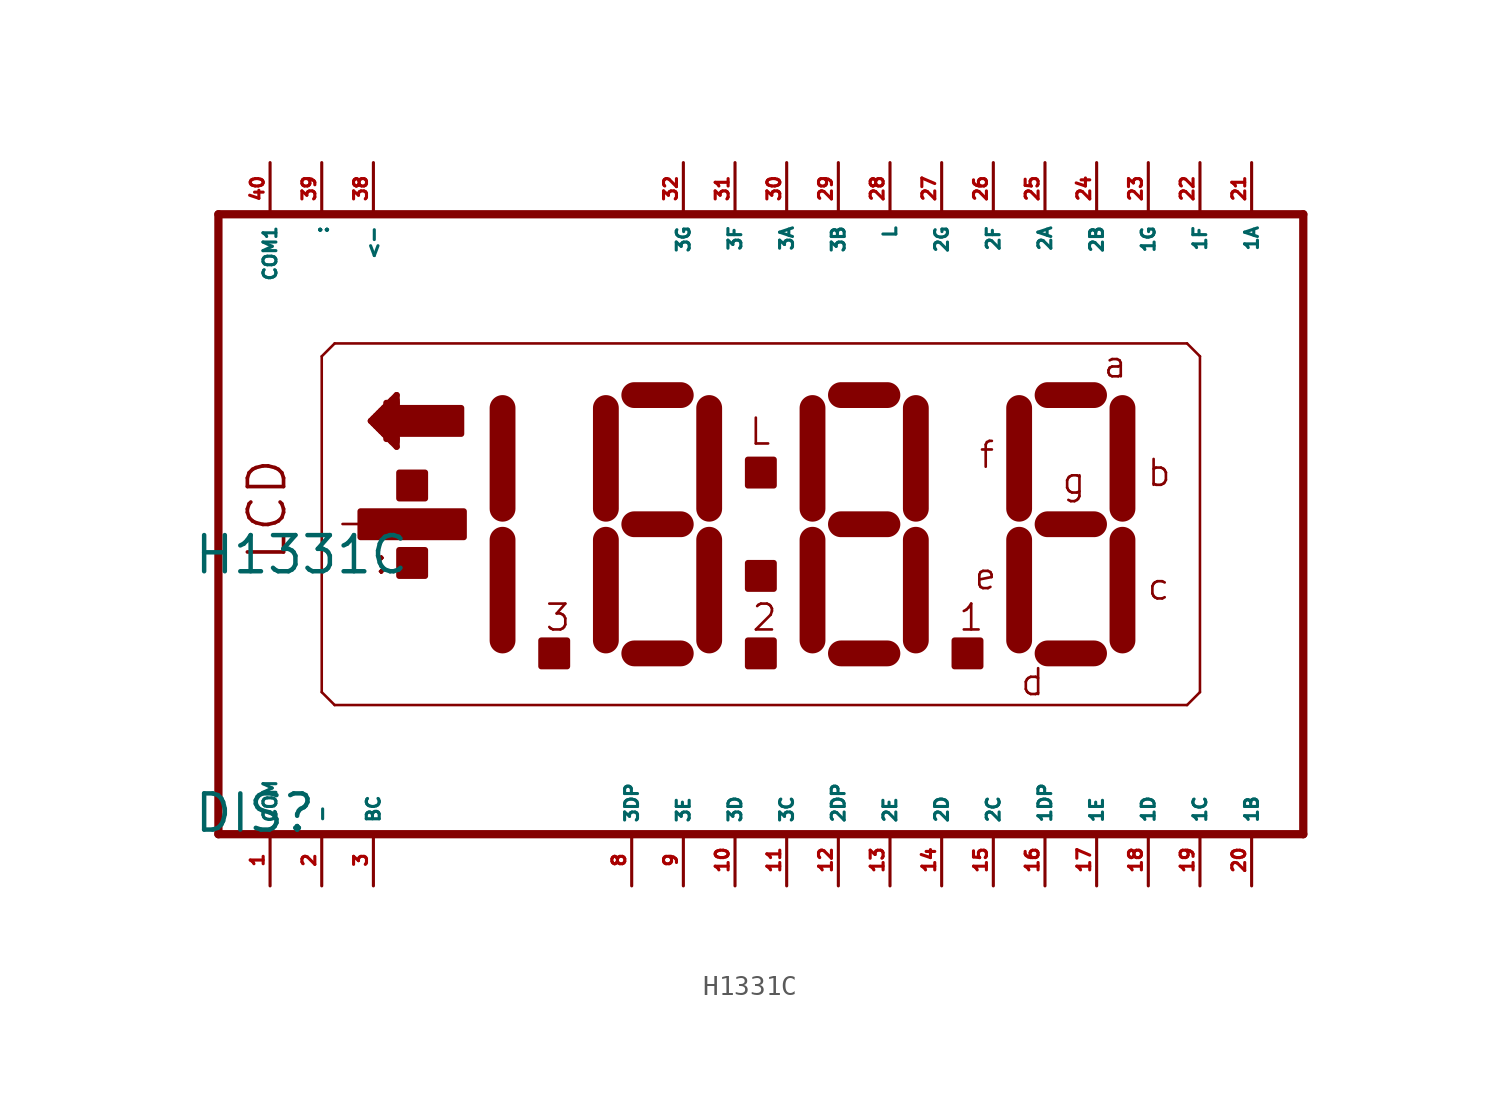
<source format=kicad_sym>
(kicad_symbol_lib
  (version 20220914)
  (generator Eagle2Kicad)
  (symbol "H1331C"
    (property "Reference" "DIS"
      (at -26.67 -15.24 0)
      (effects (font (size 1.778 1.778) (thickness 0.22)) (justify left bottom)))
    (property "Value" "H1331C"
      (at -26.67 -2.54 0)
      (effects (font (size 1.778 1.778) (thickness 0.22)) (justify left bottom)))
    (polyline
      (pts (xy -25.4 -15.24) (xy 27.94 -15.24))
      (stroke (width 0.406) (type default))
      (fill (type none)))
    (polyline
      (pts (xy 27.94 15.24) (xy -25.4 15.24))
      (stroke (width 0.406) (type default))
      (fill (type none)))
    (polyline
      (pts (xy -25.4 15.24) (xy -25.4 -15.24))
      (stroke (width 0.406) (type default))
      (fill (type none)))
    (polyline
      (pts (xy 27.94 -15.24) (xy 27.94 15.24))
      (stroke (width 0.406) (type default))
      (fill (type none)))
    (polyline
      (pts (xy -19.685 8.89) (xy -20.32 8.255))
      (stroke (width 0.127) (type default))
      (fill (type none)))
    (polyline
      (pts (xy -20.32 8.255) (xy -20.32 -8.255))
      (stroke (width 0.127) (type default))
      (fill (type none)))
    (polyline
      (pts (xy -20.32 -8.255) (xy -19.685 -8.89))
      (stroke (width 0.127) (type default))
      (fill (type none)))
    (polyline
      (pts (xy -19.685 -8.89) (xy 22.225 -8.89))
      (stroke (width 0.127) (type default))
      (fill (type none)))
    (polyline
      (pts (xy 22.225 -8.89) (xy 22.86 -8.255))
      (stroke (width 0.127) (type default))
      (fill (type none)))
    (polyline
      (pts (xy 22.86 -8.255) (xy 22.86 8.255))
      (stroke (width 0.127) (type default))
      (fill (type none)))
    (polyline
      (pts (xy 22.86 8.255) (xy 22.225 8.89))
      (stroke (width 0.127) (type default))
      (fill (type none)))
    (polyline
      (pts (xy 22.225 8.89) (xy -19.685 8.89))
      (stroke (width 0.127) (type default))
      (fill (type none)))
    (polyline
      (pts (xy -11.43 -5.715) (xy -11.43 -0.762))
      (stroke (width 1.27) (type default))
      (fill (type none)))
    (polyline
      (pts (xy -11.43 0.762) (xy -11.43 5.715))
      (stroke (width 1.27) (type default))
      (fill (type none)))
    (polyline
      (pts (xy 13.97 5.715) (xy 13.97 0.762))
      (stroke (width 1.27) (type default))
      (fill (type none)))
    (polyline
      (pts (xy 13.97 -0.762) (xy 13.97 -5.715))
      (stroke (width 1.27) (type default))
      (fill (type none)))
    (polyline
      (pts (xy 15.367 -6.35) (xy 17.653 -6.35))
      (stroke (width 1.27) (type default))
      (fill (type none)))
    (polyline
      (pts (xy 19.05 -5.715) (xy 19.05 -0.762))
      (stroke (width 1.27) (type default))
      (fill (type none)))
    (polyline
      (pts (xy 19.05 0.762) (xy 19.05 5.715))
      (stroke (width 1.27) (type default))
      (fill (type none)))
    (polyline
      (pts (xy 15.367 6.35) (xy 17.653 6.35))
      (stroke (width 1.27) (type default))
      (fill (type none)))
    (polyline
      (pts (xy 15.367 0) (xy 17.653 0))
      (stroke (width 1.27) (type default))
      (fill (type none)))
    (polyline
      (pts (xy -6.35 5.715) (xy -6.35 0.762))
      (stroke (width 1.27) (type default))
      (fill (type none)))
    (polyline
      (pts (xy -6.35 -0.762) (xy -6.35 -5.715))
      (stroke (width 1.27) (type default))
      (fill (type none)))
    (polyline
      (pts (xy -4.953 -6.35) (xy -2.667 -6.35))
      (stroke (width 1.27) (type default))
      (fill (type none)))
    (polyline
      (pts (xy -1.27 -5.715) (xy -1.27 -0.762))
      (stroke (width 1.27) (type default))
      (fill (type none)))
    (polyline
      (pts (xy -1.27 0.762) (xy -1.27 5.715))
      (stroke (width 1.27) (type default))
      (fill (type none)))
    (polyline
      (pts (xy -4.953 6.35) (xy -2.667 6.35))
      (stroke (width 1.27) (type default))
      (fill (type none)))
    (polyline
      (pts (xy -4.953 0) (xy -2.667 0))
      (stroke (width 1.27) (type default))
      (fill (type none)))
    (polyline
      (pts (xy 3.81 5.715) (xy 3.81 0.762))
      (stroke (width 1.27) (type default))
      (fill (type none)))
    (polyline
      (pts (xy 3.81 -0.762) (xy 3.81 -5.715))
      (stroke (width 1.27) (type default))
      (fill (type none)))
    (polyline
      (pts (xy 5.207 -6.35) (xy 7.493 -6.35))
      (stroke (width 1.27) (type default))
      (fill (type none)))
    (polyline
      (pts (xy 8.89 -5.715) (xy 8.89 -0.762))
      (stroke (width 1.27) (type default))
      (fill (type none)))
    (polyline
      (pts (xy 8.89 0.762) (xy 8.89 5.715))
      (stroke (width 1.27) (type default))
      (fill (type none)))
    (polyline
      (pts (xy 5.207 6.35) (xy 7.493 6.35))
      (stroke (width 1.27) (type default))
      (fill (type none)))
    (polyline
      (pts (xy 5.207 0) (xy 7.493 0))
      (stroke (width 1.27) (type default))
      (fill (type none)))
    (polyline
      (pts (xy -17.907 5.08) (xy -16.637 6.35))
      (stroke (width 0.305) (type default))
      (fill (type none)))
    (polyline
      (pts (xy -16.637 6.35) (xy -16.637 3.81))
      (stroke (width 0.305) (type default))
      (fill (type none)))
    (polyline
      (pts (xy -16.637 3.81) (xy -17.907 5.08))
      (stroke (width 0.305) (type default))
      (fill (type none)))
    (text "LCD"
      (at -21.971 -1.905 900)
      (effects (font (size 1.778 1.778) (thickness 0.18)) (justify left bottom)))
    (text "L"
      (at 0.635 3.81 0)
      (effects (font (size 1.27 1.27) (thickness 0.13)) (justify left bottom)))
    (text "a"
      (at 18.034 7.112 0)
      (effects (font (size 1.27 1.27) (thickness 0.13)) (justify left bottom)))
    (text "b"
      (at 20.193 1.778 0)
      (effects (font (size 1.27 1.27) (thickness 0.13)) (justify left bottom)))
    (text "c"
      (at 20.193 -3.81 0)
      (effects (font (size 1.27 1.27) (thickness 0.13)) (justify left bottom)))
    (text "d"
      (at 13.97 -8.509 0)
      (effects (font (size 1.27 1.27) (thickness 0.13)) (justify left bottom)))
    (text "e"
      (at 11.684 -3.302 0)
      (effects (font (size 1.27 1.27) (thickness 0.13)) (justify left bottom)))
    (text "f"
      (at 11.938 2.667 0)
      (effects (font (size 1.27 1.27) (thickness 0.13)) (justify left bottom)))
    (text "g"
      (at 16.002 1.397 0)
      (effects (font (size 1.27 1.27) (thickness 0.13)) (justify left bottom)))
    (text ":"
      (at -17.78 -2.54 0)
      (effects (font (size 1.27 1.27) (thickness 0.13)) (justify left bottom)))
    (text "-"
      (at -19.685 -0.635 0)
      (effects (font (size 1.27 1.27) (thickness 0.13)) (justify left bottom)))
    (text "1"
      (at 10.922 -5.334 0)
      (effects (font (size 1.27 1.27) (thickness 0.13)) (justify left bottom)))
    (text "2"
      (at 0.762 -5.334 0)
      (effects (font (size 1.27 1.27) (thickness 0.13)) (justify left bottom)))
    (text "3"
      (at -9.398 -5.334 0)
      (effects (font (size 1.27 1.27) (thickness 0.13)) (justify left bottom)))
    (rectangle
      (start -18.415 -0.635)
      (end -13.335 0.635)
      (stroke (width 0.3) (type default))
      (fill (type outline)))
    (rectangle
      (start -16.51 1.27)
      (end -15.24 2.54)
      (stroke (width 0.3) (type default))
      (fill (type outline)))
    (rectangle
      (start -16.51 -2.54)
      (end -15.24 -1.27)
      (stroke (width 0.3) (type default))
      (fill (type outline)))
    (rectangle
      (start -9.525 -6.985)
      (end -8.255 -5.715)
      (stroke (width 0.3) (type default))
      (fill (type outline)))
    (rectangle
      (start 0.635 -6.985)
      (end 1.905 -5.715)
      (stroke (width 0.3) (type default))
      (fill (type outline)))
    (rectangle
      (start 0.635 -3.175)
      (end 1.905 -1.905)
      (stroke (width 0.3) (type default))
      (fill (type outline)))
    (rectangle
      (start 0.635 1.905)
      (end 1.905 3.175)
      (stroke (width 0.3) (type default))
      (fill (type outline)))
    (rectangle
      (start 10.795 -6.985)
      (end 12.065 -5.715)
      (stroke (width 0.3) (type default))
      (fill (type outline)))
    (rectangle
      (start -17.78 4.953)
      (end -17.272 5.207)
      (stroke (width 0.3) (type default))
      (fill (type outline)))
    (rectangle
      (start -17.653 5.207)
      (end -17.272 5.334)
      (stroke (width 0.3) (type default))
      (fill (type outline)))
    (rectangle
      (start -17.526 5.334)
      (end -17.272 5.461)
      (stroke (width 0.3) (type default))
      (fill (type outline)))
    (rectangle
      (start -17.399 5.461)
      (end -17.272 5.588)
      (stroke (width 0.3) (type default))
      (fill (type outline)))
    (rectangle
      (start -17.653 4.826)
      (end -17.272 4.953)
      (stroke (width 0.3) (type default))
      (fill (type outline)))
    (rectangle
      (start -17.526 4.699)
      (end -17.272 4.826)
      (stroke (width 0.3) (type default))
      (fill (type outline)))
    (rectangle
      (start -17.399 4.572)
      (end -17.272 4.699)
      (stroke (width 0.3) (type default))
      (fill (type outline)))
    (rectangle
      (start -17.145 5.715)
      (end -16.637 5.969)
      (stroke (width 0.3) (type default))
      (fill (type outline)))
    (rectangle
      (start -16.891 5.969)
      (end -16.637 6.096)
      (stroke (width 0.3) (type default))
      (fill (type outline)))
    (rectangle
      (start -17.145 4.191)
      (end -16.637 4.445)
      (stroke (width 0.3) (type default))
      (fill (type outline)))
    (rectangle
      (start -16.891 4.064)
      (end -16.637 4.191)
      (stroke (width 0.3) (type default))
      (fill (type outline)))
    (rectangle
      (start -17.272 4.445)
      (end -13.462 5.715)
      (stroke (width 0.3) (type default))
      (fill (type outline)))
    (pin passive line
      (at -22.86 -17.78 90)
      (length 2.54)
      (name "COM" (effects (font (size 0.635 0.635) (thickness 0.08)) (justify left bottom)))
      (number "1" (effects (font (size 0.635 0.635) (thickness 0.08)) (justify left bottom))))
    (pin passive line
      (at -20.32 -17.78 90)
      (length 2.54)
      (name "-" (effects (font (size 0.635 0.635) (thickness 0.08)) (justify left bottom)))
      (number "2" (effects (font (size 0.635 0.635) (thickness 0.08)) (justify left bottom))))
    (pin passive line
      (at -17.78 -17.78 90)
      (length 2.54)
      (name "BC" (effects (font (size 0.635 0.635) (thickness 0.08)) (justify left bottom)))
      (number "3" (effects (font (size 0.635 0.635) (thickness 0.08)) (justify left bottom))))
    (pin passive line
      (at -5.08 -17.78 90)
      (length 2.54)
      (name "3DP" (effects (font (size 0.635 0.635) (thickness 0.08)) (justify left bottom)))
      (number "8" (effects (font (size 0.635 0.635) (thickness 0.08)) (justify left bottom))))
    (pin passive line
      (at -2.54 -17.78 90)
      (length 2.54)
      (name "3E" (effects (font (size 0.635 0.635) (thickness 0.08)) (justify left bottom)))
      (number "9" (effects (font (size 0.635 0.635) (thickness 0.08)) (justify left bottom))))
    (pin passive line
      (at 0 -17.78 90)
      (length 2.54)
      (name "3D" (effects (font (size 0.635 0.635) (thickness 0.08)) (justify left bottom)))
      (number "10" (effects (font (size 0.635 0.635) (thickness 0.08)) (justify left bottom))))
    (pin passive line
      (at 2.54 -17.78 90)
      (length 2.54)
      (name "3C" (effects (font (size 0.635 0.635) (thickness 0.08)) (justify left bottom)))
      (number "11" (effects (font (size 0.635 0.635) (thickness 0.08)) (justify left bottom))))
    (pin passive line
      (at 5.08 -17.78 90)
      (length 2.54)
      (name "2DP" (effects (font (size 0.635 0.635) (thickness 0.08)) (justify left bottom)))
      (number "12" (effects (font (size 0.635 0.635) (thickness 0.08)) (justify left bottom))))
    (pin passive line
      (at 7.62 -17.78 90)
      (length 2.54)
      (name "2E" (effects (font (size 0.635 0.635) (thickness 0.08)) (justify left bottom)))
      (number "13" (effects (font (size 0.635 0.635) (thickness 0.08)) (justify left bottom))))
    (pin passive line
      (at 10.16 -17.78 90)
      (length 2.54)
      (name "2D" (effects (font (size 0.635 0.635) (thickness 0.08)) (justify left bottom)))
      (number "14" (effects (font (size 0.635 0.635) (thickness 0.08)) (justify left bottom))))
    (pin passive line
      (at 12.7 -17.78 90)
      (length 2.54)
      (name "2C" (effects (font (size 0.635 0.635) (thickness 0.08)) (justify left bottom)))
      (number "15" (effects (font (size 0.635 0.635) (thickness 0.08)) (justify left bottom))))
    (pin passive line
      (at 15.24 -17.78 90)
      (length 2.54)
      (name "1DP" (effects (font (size 0.635 0.635) (thickness 0.08)) (justify left bottom)))
      (number "16" (effects (font (size 0.635 0.635) (thickness 0.08)) (justify left bottom))))
    (pin passive line
      (at 17.78 -17.78 90)
      (length 2.54)
      (name "1E" (effects (font (size 0.635 0.635) (thickness 0.08)) (justify left bottom)))
      (number "17" (effects (font (size 0.635 0.635) (thickness 0.08)) (justify left bottom))))
    (pin passive line
      (at 20.32 -17.78 90)
      (length 2.54)
      (name "1D" (effects (font (size 0.635 0.635) (thickness 0.08)) (justify left bottom)))
      (number "18" (effects (font (size 0.635 0.635) (thickness 0.08)) (justify left bottom))))
    (pin passive line
      (at 22.86 -17.78 90)
      (length 2.54)
      (name "1C" (effects (font (size 0.635 0.635) (thickness 0.08)) (justify left bottom)))
      (number "19" (effects (font (size 0.635 0.635) (thickness 0.08)) (justify left bottom))))
    (pin passive line
      (at 25.4 -17.78 90)
      (length 2.54)
      (name "1B" (effects (font (size 0.635 0.635) (thickness 0.08)) (justify left bottom)))
      (number "20" (effects (font (size 0.635 0.635) (thickness 0.08)) (justify left bottom))))
    (pin passive line
      (at 25.4 17.78 270)
      (length 2.54)
      (name "1A" (effects (font (size 0.635 0.635) (thickness 0.08)) (justify left bottom)))
      (number "21" (effects (font (size 0.635 0.635) (thickness 0.08)) (justify left bottom))))
    (pin passive line
      (at 22.86 17.78 270)
      (length 2.54)
      (name "1F" (effects (font (size 0.635 0.635) (thickness 0.08)) (justify left bottom)))
      (number "22" (effects (font (size 0.635 0.635) (thickness 0.08)) (justify left bottom))))
    (pin passive line
      (at 20.32 17.78 270)
      (length 2.54)
      (name "1G" (effects (font (size 0.635 0.635) (thickness 0.08)) (justify left bottom)))
      (number "23" (effects (font (size 0.635 0.635) (thickness 0.08)) (justify left bottom))))
    (pin passive line
      (at 17.78 17.78 270)
      (length 2.54)
      (name "2B" (effects (font (size 0.635 0.635) (thickness 0.08)) (justify left bottom)))
      (number "24" (effects (font (size 0.635 0.635) (thickness 0.08)) (justify left bottom))))
    (pin passive line
      (at 15.24 17.78 270)
      (length 2.54)
      (name "2A" (effects (font (size 0.635 0.635) (thickness 0.08)) (justify left bottom)))
      (number "25" (effects (font (size 0.635 0.635) (thickness 0.08)) (justify left bottom))))
    (pin passive line
      (at 12.7 17.78 270)
      (length 2.54)
      (name "2F" (effects (font (size 0.635 0.635) (thickness 0.08)) (justify left bottom)))
      (number "26" (effects (font (size 0.635 0.635) (thickness 0.08)) (justify left bottom))))
    (pin passive line
      (at 10.16 17.78 270)
      (length 2.54)
      (name "2G" (effects (font (size 0.635 0.635) (thickness 0.08)) (justify left bottom)))
      (number "27" (effects (font (size 0.635 0.635) (thickness 0.08)) (justify left bottom))))
    (pin passive line
      (at 7.62 17.78 270)
      (length 2.54)
      (name "L" (effects (font (size 0.635 0.635) (thickness 0.08)) (justify left bottom)))
      (number "28" (effects (font (size 0.635 0.635) (thickness 0.08)) (justify left bottom))))
    (pin passive line
      (at 5.08 17.78 270)
      (length 2.54)
      (name "3B" (effects (font (size 0.635 0.635) (thickness 0.08)) (justify left bottom)))
      (number "29" (effects (font (size 0.635 0.635) (thickness 0.08)) (justify left bottom))))
    (pin passive line
      (at 2.54 17.78 270)
      (length 2.54)
      (name "3A" (effects (font (size 0.635 0.635) (thickness 0.08)) (justify left bottom)))
      (number "30" (effects (font (size 0.635 0.635) (thickness 0.08)) (justify left bottom))))
    (pin passive line
      (at 0 17.78 270)
      (length 2.54)
      (name "3F" (effects (font (size 0.635 0.635) (thickness 0.08)) (justify left bottom)))
      (number "31" (effects (font (size 0.635 0.635) (thickness 0.08)) (justify left bottom))))
    (pin passive line
      (at -2.54 17.78 270)
      (length 2.54)
      (name "3G" (effects (font (size 0.635 0.635) (thickness 0.08)) (justify left bottom)))
      (number "32" (effects (font (size 0.635 0.635) (thickness 0.08)) (justify left bottom))))
    (pin passive line
      (at -17.78 17.78 270)
      (length 2.54)
      (name "<-" (effects (font (size 0.635 0.635) (thickness 0.08)) (justify left bottom)))
      (number "38" (effects (font (size 0.635 0.635) (thickness 0.08)) (justify left bottom))))
    (pin passive line
      (at -20.32 17.78 270)
      (length 2.54)
      (name ":" (effects (font (size 0.635 0.635) (thickness 0.08)) (justify left bottom)))
      (number "39" (effects (font (size 0.635 0.635) (thickness 0.08)) (justify left bottom))))
    (pin passive line
      (at -22.86 17.78 270)
      (length 2.54)
      (name "COM1" (effects (font (size 0.635 0.635) (thickness 0.08)) (justify left bottom)))
      (number "40" (effects (font (size 0.635 0.635) (thickness 0.08)) (justify left bottom))))))
</source>
